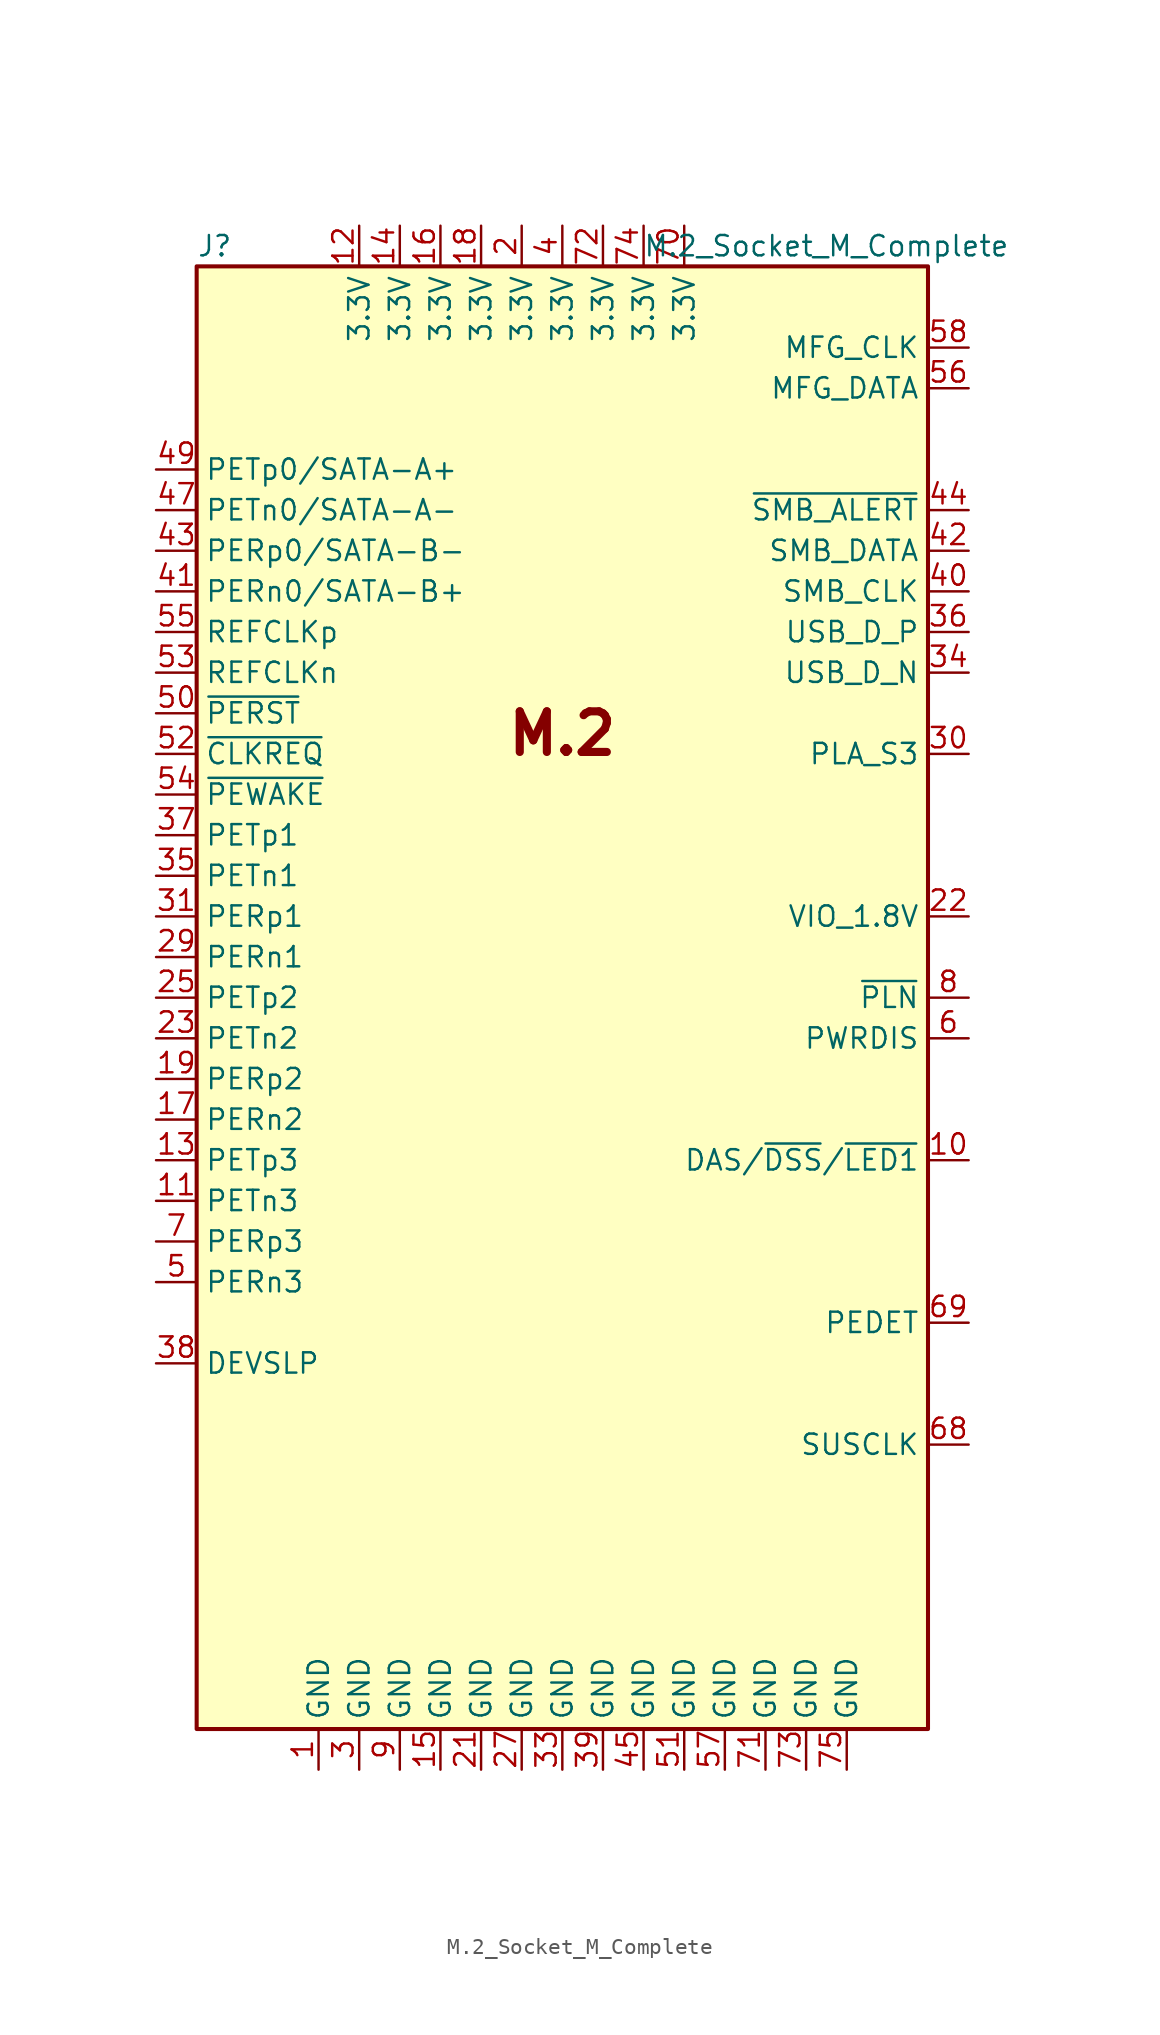
<source format=kicad_sym>
(kicad_symbol_lib
  (version 20200908)
  (generator kicad_symbol_editor)
  (symbol "Fuzzy1:M.2_Socket_M_Complete"
    (property "Reference" "J"
      (at -22.86 46.99 0)
      (effects (font (size 1.27 1.27)) (justify left)))
    (property "Value" "M.2_Socket_M_Complete"
      (at 16.51 46.99 0)
      (effects (font (size 1.27 1.27))))
    (symbol "M.2_Socket_M_Complete_1_1"
      (text "M.2" (at 0 16.51 0) (effects (font (size 2.54 2.54) bold)))
      (pin power_in line (at -15.24 -48.26 90) (length 2.54) (name "GND" (effects (font (size 1.27 1.27)))) (number "1" (effects (font (size 1.27 1.27)))))
      (pin bidirectional line (at 25.4 -10.16 180) (length 2.54) (name "DAS/~DSS~/~LED1" (effects (font (size 1.27 1.27)))) (number "10" (effects (font (size 1.27 1.27)))))
      (pin output line (at -25.4 -12.7 0) (length 2.54) (name "PETn3" (effects (font (size 1.27 1.27)))) (number "11" (effects (font (size 1.27 1.27)))))
      (pin power_in line (at -12.7 48.26 270) (length 2.54) (name "3.3V" (effects (font (size 1.27 1.27)))) (number "12" (effects (font (size 1.27 1.27)))))
      (pin output line (at -25.4 -10.16 0) (length 2.54) (name "PETp3" (effects (font (size 1.27 1.27)))) (number "13" (effects (font (size 1.27 1.27)))))
      (pin power_in line (at -10.16 48.26 270) (length 2.54) (name "3.3V" (effects (font (size 1.27 1.27)))) (number "14" (effects (font (size 1.27 1.27)))))
      (pin power_in line (at -7.62 -48.26 90) (length 2.54) (name "GND" (effects (font (size 1.27 1.27)))) (number "15" (effects (font (size 1.27 1.27)))))
      (pin power_in line (at -7.62 48.26 270) (length 2.54) (name "3.3V" (effects (font (size 1.27 1.27)))) (number "16" (effects (font (size 1.27 1.27)))))
      (pin input line (at -25.4 -7.62 0) (length 2.54) (name "PERn2" (effects (font (size 1.27 1.27)))) (number "17" (effects (font (size 1.27 1.27)))))
      (pin power_in line (at -5.08 48.26 270) (length 2.54) (name "3.3V" (effects (font (size 1.27 1.27)))) (number "18" (effects (font (size 1.27 1.27)))))
      (pin input line (at -25.4 -5.08 0) (length 2.54) (name "PERp2" (effects (font (size 1.27 1.27)))) (number "19" (effects (font (size 1.27 1.27)))))
      (pin power_in line (at -2.54 48.26 270) (length 2.54) (name "3.3V" (effects (font (size 1.27 1.27)))) (number "2" (effects (font (size 1.27 1.27)))))
      (pin unconnected line (at 22.86 2.54 180) (length 2.54) hide (name "NC" (effects (font (size 1.27 1.27)))) (number "20" (effects (font (size 1.27 1.27)))))
      (pin power_in line (at -5.08 -48.26 90) (length 2.54) (name "GND" (effects (font (size 1.27 1.27)))) (number "21" (effects (font (size 1.27 1.27)))))
      (pin bidirectional line (at 25.4 5.08 180) (length 2.54) (name "VIO_1.8V" (effects (font (size 1.27 1.27)))) (number "22" (effects (font (size 1.27 1.27)))))
      (pin output line (at -25.4 -2.54 0) (length 2.54) (name "PETn2" (effects (font (size 1.27 1.27)))) (number "23" (effects (font (size 1.27 1.27)))))
      (pin unconnected line (at 22.86 7.62 180) (length 2.54) hide (name "NC" (effects (font (size 1.27 1.27)))) (number "24" (effects (font (size 1.27 1.27)))))
      (pin output line (at -25.4 0 0) (length 2.54) (name "PETp2" (effects (font (size 1.27 1.27)))) (number "25" (effects (font (size 1.27 1.27)))))
      (pin unconnected line (at 22.86 10.16 180) (length 2.54) hide (name "NC" (effects (font (size 1.27 1.27)))) (number "26" (effects (font (size 1.27 1.27)))))
      (pin power_in line (at -2.54 -48.26 90) (length 2.54) (name "GND" (effects (font (size 1.27 1.27)))) (number "27" (effects (font (size 1.27 1.27)))))
      (pin unconnected line (at 22.86 12.7 180) (length 2.54) hide (name "NC" (effects (font (size 1.27 1.27)))) (number "28" (effects (font (size 1.27 1.27)))))
      (pin input line (at -25.4 2.54 0) (length 2.54) (name "PERn1" (effects (font (size 1.27 1.27)))) (number "29" (effects (font (size 1.27 1.27)))))
      (pin power_in line (at -12.7 -48.26 90) (length 2.54) (name "GND" (effects (font (size 1.27 1.27)))) (number "3" (effects (font (size 1.27 1.27)))))
      (pin bidirectional line (at 25.4 15.24 180) (length 2.54) (name "PLA_S3" (effects (font (size 1.27 1.27)))) (number "30" (effects (font (size 1.27 1.27)))))
      (pin input line (at -25.4 5.08 0) (length 2.54) (name "PERp1" (effects (font (size 1.27 1.27)))) (number "31" (effects (font (size 1.27 1.27)))))
      (pin unconnected line (at 22.86 17.78 180) (length 2.54) hide (name "NC" (effects (font (size 1.27 1.27)))) (number "32" (effects (font (size 1.27 1.27)))))
      (pin power_in line (at 0 -48.26 90) (length 2.54) (name "GND" (effects (font (size 1.27 1.27)))) (number "33" (effects (font (size 1.27 1.27)))))
      (pin bidirectional line (at 25.4 20.32 180) (length 2.54) (name "USB_D_N" (effects (font (size 1.27 1.27)))) (number "34" (effects (font (size 1.27 1.27)))))
      (pin output line (at -25.4 7.62 0) (length 2.54) (name "PETn1" (effects (font (size 1.27 1.27)))) (number "35" (effects (font (size 1.27 1.27)))))
      (pin bidirectional line (at 25.4 22.86 180) (length 2.54) (name "USB_D_P" (effects (font (size 1.27 1.27)))) (number "36" (effects (font (size 1.27 1.27)))))
      (pin output line (at -25.4 10.16 0) (length 2.54) (name "PETp1" (effects (font (size 1.27 1.27)))) (number "37" (effects (font (size 1.27 1.27)))))
      (pin output line (at -25.4 -22.86 0) (length 2.54) (name "DEVSLP" (effects (font (size 1.27 1.27)))) (number "38" (effects (font (size 1.27 1.27)))))
      (pin power_in line (at 2.54 -48.26 90) (length 2.54) (name "GND" (effects (font (size 1.27 1.27)))) (number "39" (effects (font (size 1.27 1.27)))))
      (pin power_in line (at 0 48.26 270) (length 2.54) (name "3.3V" (effects (font (size 1.27 1.27)))) (number "4" (effects (font (size 1.27 1.27)))))
      (pin bidirectional line (at 25.4 25.4 180) (length 2.54) (name "SMB_CLK" (effects (font (size 1.27 1.27)))) (number "40" (effects (font (size 1.27 1.27)))))
      (pin input line (at -25.4 25.4 0) (length 2.54) (name "PERn0/SATA-B+" (effects (font (size 1.27 1.27)))) (number "41" (effects (font (size 1.27 1.27)))))
      (pin bidirectional line (at 25.4 27.94 180) (length 2.54) (name "SMB_DATA" (effects (font (size 1.27 1.27)))) (number "42" (effects (font (size 1.27 1.27)))))
      (pin input line (at -25.4 27.94 0) (length 2.54) (name "PERp0/SATA-B-" (effects (font (size 1.27 1.27)))) (number "43" (effects (font (size 1.27 1.27)))))
      (pin bidirectional line (at 25.4 30.48 180) (length 2.54) (name "~SMB_ALERT" (effects (font (size 1.27 1.27)))) (number "44" (effects (font (size 1.27 1.27)))))
      (pin power_in line (at 5.08 -48.26 90) (length 2.54) (name "GND" (effects (font (size 1.27 1.27)))) (number "45" (effects (font (size 1.27 1.27)))))
      (pin unconnected line (at 22.86 33.02 180) (length 2.54) hide (name "NC" (effects (font (size 1.27 1.27)))) (number "46" (effects (font (size 1.27 1.27)))))
      (pin output line (at -25.4 30.48 0) (length 2.54) (name "PETn0/SATA-A-" (effects (font (size 1.27 1.27)))) (number "47" (effects (font (size 1.27 1.27)))))
      (pin unconnected line (at 22.86 35.56 180) (length 2.54) hide (name "NC" (effects (font (size 1.27 1.27)))) (number "48" (effects (font (size 1.27 1.27)))))
      (pin output line (at -25.4 33.02 0) (length 2.54) (name "PETp0/SATA-A+" (effects (font (size 1.27 1.27)))) (number "49" (effects (font (size 1.27 1.27)))))
      (pin input line (at -25.4 -17.78 0) (length 2.54) (name "PERn3" (effects (font (size 1.27 1.27)))) (number "5" (effects (font (size 1.27 1.27)))))
      (pin output line (at -25.4 17.78 0) (length 2.54) (name "~PERST" (effects (font (size 1.27 1.27)))) (number "50" (effects (font (size 1.27 1.27)))))
      (pin power_in line (at 7.62 -48.26 90) (length 2.54) (name "GND" (effects (font (size 1.27 1.27)))) (number "51" (effects (font (size 1.27 1.27)))))
      (pin bidirectional line (at -25.4 15.24 0) (length 2.54) (name "~CLKREQ" (effects (font (size 1.27 1.27)))) (number "52" (effects (font (size 1.27 1.27)))))
      (pin output line (at -25.4 20.32 0) (length 2.54) (name "REFCLKn" (effects (font (size 1.27 1.27)))) (number "53" (effects (font (size 1.27 1.27)))))
      (pin bidirectional line (at -25.4 12.7 0) (length 2.54) (name "~PEWAKE" (effects (font (size 1.27 1.27)))) (number "54" (effects (font (size 1.27 1.27)))))
      (pin output line (at -25.4 22.86 0) (length 2.54) (name "REFCLKp" (effects (font (size 1.27 1.27)))) (number "55" (effects (font (size 1.27 1.27)))))
      (pin output line (at 25.4 38.1 180) (length 2.54) (name "MFG_DATA" (effects (font (size 1.27 1.27)))) (number "56" (effects (font (size 1.27 1.27)))))
      (pin power_in line (at 10.16 -48.26 90) (length 2.54) (name "GND" (effects (font (size 1.27 1.27)))) (number "57" (effects (font (size 1.27 1.27)))))
      (pin tri_state line (at 25.4 40.64 180) (length 2.54) (name "MFG_CLK" (effects (font (size 1.27 1.27)))) (number "58" (effects (font (size 1.27 1.27)))))
      (pin bidirectional line (at 25.4 -2.54 180) (length 2.54) (name "PWRDIS" (effects (font (size 1.27 1.27)))) (number "6" (effects (font (size 1.27 1.27)))))
      (pin unconnected line (at 22.86 -5.08 180) (length 2.54) hide (name "NC" (effects (font (size 1.27 1.27)))) (number "67" (effects (font (size 1.27 1.27)))))
      (pin output line (at 25.4 -27.94 180) (length 2.54) (name "SUSCLK" (effects (font (size 1.27 1.27)))) (number "68" (effects (font (size 1.27 1.27)))))
      (pin passive line (at 25.4 -20.32 180) (length 2.54) (name "PEDET" (effects (font (size 1.27 1.27)))) (number "69" (effects (font (size 1.27 1.27)))))
      (pin input line (at -25.4 -15.24 0) (length 2.54) (name "PERp3" (effects (font (size 1.27 1.27)))) (number "7" (effects (font (size 1.27 1.27)))))
      (pin power_in line (at 7.62 48.26 270) (length 2.54) (name "3.3V" (effects (font (size 1.27 1.27)))) (number "70" (effects (font (size 1.27 1.27)))))
      (pin power_in line (at 12.7 -48.26 90) (length 2.54) (name "GND" (effects (font (size 1.27 1.27)))) (number "71" (effects (font (size 1.27 1.27)))))
      (pin power_in line (at 2.54 48.26 270) (length 2.54) (name "3.3V" (effects (font (size 1.27 1.27)))) (number "72" (effects (font (size 1.27 1.27)))))
      (pin power_in line (at 15.24 -48.26 90) (length 2.54) (name "GND" (effects (font (size 1.27 1.27)))) (number "73" (effects (font (size 1.27 1.27)))))
      (pin power_in line (at 5.08 48.26 270) (length 2.54) (name "3.3V" (effects (font (size 1.27 1.27)))) (number "74" (effects (font (size 1.27 1.27)))))
      (pin power_in line (at 17.78 -48.26 90) (length 2.54) (name "GND" (effects (font (size 1.27 1.27)))) (number "75" (effects (font (size 1.27 1.27)))))
      (pin bidirectional line (at 25.4 0 180) (length 2.54) (name "~PLN" (effects (font (size 1.27 1.27)))) (number "8" (effects (font (size 1.27 1.27)))))
      (pin power_in line (at -10.16 -48.26 90) (length 2.54) (name "GND" (effects (font (size 1.27 1.27)))) (number "9" (effects (font (size 1.27 1.27))))))
    (symbol "M.2_Socket_M_Complete_0_1"
      (rectangle (start -22.86 45.72) (end 22.86 -45.72) (stroke (width 0.254)) (fill (type background))))))
</source>
